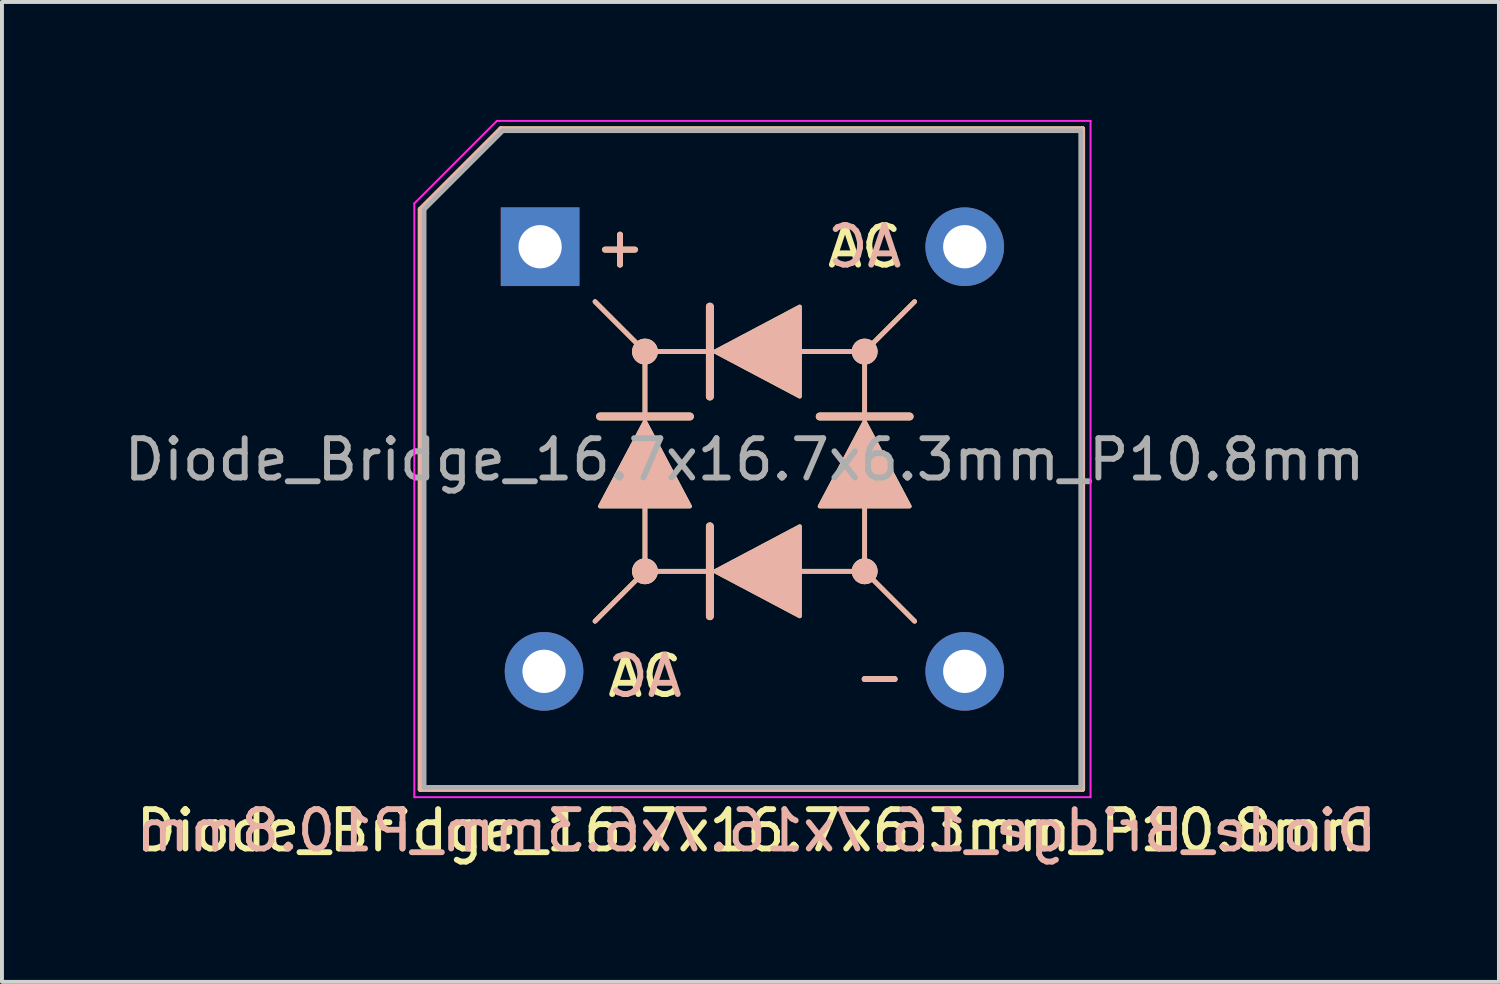
<source format=kicad_pcb>
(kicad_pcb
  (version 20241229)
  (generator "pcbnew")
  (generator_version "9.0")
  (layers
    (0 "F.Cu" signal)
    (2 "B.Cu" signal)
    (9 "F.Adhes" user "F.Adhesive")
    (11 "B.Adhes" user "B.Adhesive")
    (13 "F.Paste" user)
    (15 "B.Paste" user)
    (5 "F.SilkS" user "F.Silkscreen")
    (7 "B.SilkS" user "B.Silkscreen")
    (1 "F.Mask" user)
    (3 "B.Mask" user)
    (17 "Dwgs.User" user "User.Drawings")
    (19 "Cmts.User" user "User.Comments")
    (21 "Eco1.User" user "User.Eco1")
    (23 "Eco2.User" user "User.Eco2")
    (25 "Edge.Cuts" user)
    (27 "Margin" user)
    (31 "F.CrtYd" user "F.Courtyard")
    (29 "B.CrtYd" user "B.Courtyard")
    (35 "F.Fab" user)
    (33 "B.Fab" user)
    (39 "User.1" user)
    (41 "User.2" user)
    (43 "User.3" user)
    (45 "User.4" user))
  (footprint "Diode_Bridge_16.7x16.7x6.3mm_P10.8mm"
    (layer "F.Cu")
    (at 10.687 3.225)
    (property "Reference" "Diode_Bridge_16.7x16.7x6.3mm_P10.8mm" (at 5.5 14.85 180) (layer "F.SilkS") (effects (font (size 1 1) (thickness 0.15))))
    (fp_line (start -3.05 -0.95) (end -3.05 13.8) (stroke (width 0.12) (type solid)) (layer "F.SilkS"))
    (fp_line (start -3.05 13.8) (end 13.8 13.8) (stroke (width 0.12) (type solid)) (layer "F.SilkS"))
    (fp_line (start -1 -3) (end -3.05 -0.95) (stroke (width 0.12) (type solid)) (layer "F.SilkS"))
    (fp_line (start 1.397 1.397) (end 2.667 2.667) (stroke (width 0.12) (type solid)) (layer "F.SilkS"))
    (fp_line (start 1.397 9.525) (end 2.667 8.255) (stroke (width 0.12) (type solid)) (layer "F.SilkS"))
    (fp_line (start 2.667 4.318) (end 1.524 4.318) (stroke (width 0.2) (type solid)) (layer "F.SilkS"))
    (fp_line (start 2.667 4.318) (end 2.667 2.667) (stroke (width 0.12) (type solid)) (layer "F.SilkS"))
    (fp_line (start 2.667 8.255) (end 2.667 6.604) (stroke (width 0.12) (type solid)) (layer "F.SilkS"))
    (fp_line (start 3.81 4.318) (end 2.667 4.318) (stroke (width 0.2) (type solid)) (layer "F.SilkS"))
    (fp_line (start 4.318 1.524) (end 4.318 2.667) (stroke (width 0.2) (type solid)) (layer "F.SilkS"))
    (fp_line (start 4.318 2.667) (end 2.667 2.667) (stroke (width 0.12) (type solid)) (layer "F.SilkS"))
    (fp_line (start 4.318 2.667) (end 4.318 3.81) (stroke (width 0.2) (type solid)) (layer "F.SilkS"))
    (fp_line (start 4.318 7.112) (end 4.318 8.255) (stroke (width 0.2) (type solid)) (layer "F.SilkS"))
    (fp_line (start 4.318 8.255) (end 2.667 8.255) (stroke (width 0.12) (type solid)) (layer "F.SilkS"))
    (fp_line (start 4.318 8.255) (end 4.318 9.398) (stroke (width 0.2) (type solid)) (layer "F.SilkS"))
    (fp_line (start 8.255 2.667) (end 6.604 2.667) (stroke (width 0.12) (type solid)) (layer "F.SilkS"))
    (fp_line (start 8.255 4.318) (end 7.112 4.318) (stroke (width 0.2) (type solid)) (layer "F.SilkS"))
    (fp_line (start 8.255 4.318) (end 8.255 2.667) (stroke (width 0.12) (type solid)) (layer "F.SilkS"))
    (fp_line (start 8.255 8.255) (end 6.604 8.255) (stroke (width 0.12) (type solid)) (layer "F.SilkS"))
    (fp_line (start 8.255 8.255) (end 8.255 6.604) (stroke (width 0.12) (type solid)) (layer "F.SilkS"))
    (fp_line (start 9.398 4.318) (end 8.255 4.318) (stroke (width 0.2) (type solid)) (layer "F.SilkS"))
    (fp_line (start 9.525 1.397) (end 8.255 2.667) (stroke (width 0.12) (type solid)) (layer "F.SilkS"))
    (fp_line (start 9.525 9.525) (end 8.255 8.255) (stroke (width 0.12) (type solid)) (layer "F.SilkS"))
    (fp_line (start 13.8 -3) (end -1 -3) (stroke (width 0.12) (type solid)) (layer "F.SilkS"))
    (fp_line (start 13.8 13.8) (end 13.8 -3) (stroke (width 0.12) (type solid)) (layer "F.SilkS"))
    (fp_circle (center 2.667 2.667) (end 2.731 2.603) (stroke (width 0.12) (type solid)) (fill no) (layer "F.SilkS"))
    (fp_circle (center 2.667 2.667) (end 2.794 2.54) (stroke (width 0.12) (type solid)) (fill no) (layer "F.SilkS"))
    (fp_circle (center 2.667 2.667) (end 2.857 2.477) (stroke (width 0.12) (type solid)) (fill no) (layer "F.SilkS"))
    (fp_circle (center 2.667 8.255) (end 2.731 8.191) (stroke (width 0.12) (type solid)) (fill no) (layer "F.SilkS"))
    (fp_circle (center 2.667 8.255) (end 2.794 8.128) (stroke (width 0.12) (type solid)) (fill no) (layer "F.SilkS"))
    (fp_circle (center 2.667 8.255) (end 2.857 8.065) (stroke (width 0.12) (type solid)) (fill no) (layer "F.SilkS"))
    (fp_circle (center 8.255 2.667) (end 8.319 2.603) (stroke (width 0.12) (type solid)) (fill no) (layer "F.SilkS"))
    (fp_circle (center 8.255 2.667) (end 8.382 2.54) (stroke (width 0.12) (type solid)) (fill no) (layer "F.SilkS"))
    (fp_circle (center 8.255 2.667) (end 8.445 2.477) (stroke (width 0.12) (type solid)) (fill no) (layer "F.SilkS"))
    (fp_circle (center 8.255 8.255) (end 8.319 8.191) (stroke (width 0.12) (type solid)) (fill no) (layer "F.SilkS"))
    (fp_circle (center 8.255 8.255) (end 8.382 8.128) (stroke (width 0.12) (type solid)) (fill no) (layer "F.SilkS"))
    (fp_circle (center 8.255 8.255) (end 8.445 8.065) (stroke (width 0.12) (type solid)) (fill no) (layer "F.SilkS"))
    (fp_poly (pts (xy 3.81 6.604) (xy 1.524 6.604) (xy 2.667 4.445)) (stroke (width 0.1) (type solid)) (fill yes) (layer "F.SilkS"))
    (fp_poly (pts (xy 6.604 1.524) (xy 6.604 3.81) (xy 4.445 2.667)) (stroke (width 0.1) (type solid)) (fill yes) (layer "F.SilkS"))
    (fp_poly (pts (xy 6.604 7.112) (xy 6.604 9.398) (xy 4.445 8.255)) (stroke (width 0.1) (type solid)) (fill yes) (layer "F.SilkS"))
    (fp_poly (pts (xy 9.398 6.604) (xy 7.112 6.604) (xy 8.255 4.445)) (stroke (width 0.1) (type solid)) (fill yes) (layer "F.SilkS"))
    (fp_line (start -3.05 -0.95) (end -3.05 13.8) (stroke (width 0.12) (type solid)) (layer "B.SilkS"))
    (fp_line (start -3.05 13.8) (end 13.8 13.8) (stroke (width 0.12) (type solid)) (layer "B.SilkS"))
    (fp_line (start -1 -3) (end -3.05 -0.95) (stroke (width 0.12) (type solid)) (layer "B.SilkS"))
    (fp_line (start 1.397 1.397) (end 2.667 2.667) (stroke (width 0.12) (type solid)) (layer "B.SilkS"))
    (fp_line (start 1.397 9.525) (end 2.667 8.255) (stroke (width 0.12) (type solid)) (layer "B.SilkS"))
    (fp_line (start 2.667 4.318) (end 1.524 4.318) (stroke (width 0.2) (type solid)) (layer "B.SilkS"))
    (fp_line (start 2.667 4.318) (end 2.667 2.667) (stroke (width 0.12) (type solid)) (layer "B.SilkS"))
    (fp_line (start 2.667 8.255) (end 2.667 6.604) (stroke (width 0.12) (type solid)) (layer "B.SilkS"))
    (fp_line (start 3.81 4.318) (end 2.667 4.318) (stroke (width 0.2) (type solid)) (layer "B.SilkS"))
    (fp_line (start 4.318 1.524) (end 4.318 2.667) (stroke (width 0.2) (type solid)) (layer "B.SilkS"))
    (fp_line (start 4.318 2.667) (end 2.667 2.667) (stroke (width 0.12) (type solid)) (layer "B.SilkS"))
    (fp_line (start 4.318 2.667) (end 4.318 3.81) (stroke (width 0.2) (type solid)) (layer "B.SilkS"))
    (fp_line (start 4.318 7.112) (end 4.318 8.255) (stroke (width 0.2) (type solid)) (layer "B.SilkS"))
    (fp_line (start 4.318 8.255) (end 2.667 8.255) (stroke (width 0.12) (type solid)) (layer "B.SilkS"))
    (fp_line (start 4.318 8.255) (end 4.318 9.398) (stroke (width 0.2) (type solid)) (layer "B.SilkS"))
    (fp_line (start 8.255 2.667) (end 6.604 2.667) (stroke (width 0.12) (type solid)) (layer "B.SilkS"))
    (fp_line (start 8.255 4.318) (end 7.112 4.318) (stroke (width 0.2) (type solid)) (layer "B.SilkS"))
    (fp_line (start 8.255 4.318) (end 8.255 2.667) (stroke (width 0.12) (type solid)) (layer "B.SilkS"))
    (fp_line (start 8.255 8.255) (end 6.604 8.255) (stroke (width 0.12) (type solid)) (layer "B.SilkS"))
    (fp_line (start 8.255 8.255) (end 8.255 6.604) (stroke (width 0.12) (type solid)) (layer "B.SilkS"))
    (fp_line (start 9.398 4.318) (end 8.255 4.318) (stroke (width 0.2) (type solid)) (layer "B.SilkS"))
    (fp_line (start 9.525 1.397) (end 8.255 2.667) (stroke (width 0.12) (type solid)) (layer "B.SilkS"))
    (fp_line (start 9.525 9.525) (end 8.255 8.255) (stroke (width 0.12) (type solid)) (layer "B.SilkS"))
    (fp_line (start 13.8 -3) (end -1 -3) (stroke (width 0.12) (type solid)) (layer "B.SilkS"))
    (fp_line (start 13.8 13.8) (end 13.8 -3) (stroke (width 0.12) (type solid)) (layer "B.SilkS"))
    (fp_circle (center 2.667 2.667) (end 2.757 2.667) (stroke (width 0.12) (type solid)) (fill no) (layer "B.SilkS"))
    (fp_circle (center 2.667 2.667) (end 2.847 2.667) (stroke (width 0.12) (type solid)) (fill no) (layer "B.SilkS"))
    (fp_circle (center 2.667 2.667) (end 2.936 2.667) (stroke (width 0.12) (type solid)) (fill no) (layer "B.SilkS"))
    (fp_circle (center 2.667 8.255) (end 2.757 8.255) (stroke (width 0.12) (type solid)) (fill no) (layer "B.SilkS"))
    (fp_circle (center 2.667 8.255) (end 2.847 8.255) (stroke (width 0.12) (type solid)) (fill no) (layer "B.SilkS"))
    (fp_circle (center 2.667 8.255) (end 2.936 8.255) (stroke (width 0.12) (type solid)) (fill no) (layer "B.SilkS"))
    (fp_circle (center 8.255 2.667) (end 8.345 2.667) (stroke (width 0.12) (type solid)) (fill no) (layer "B.SilkS"))
    (fp_circle (center 8.255 2.667) (end 8.435 2.667) (stroke (width 0.12) (type solid)) (fill no) (layer "B.SilkS"))
    (fp_circle (center 8.255 2.667) (end 8.524 2.667) (stroke (width 0.12) (type solid)) (fill no) (layer "B.SilkS"))
    (fp_circle (center 8.255 8.255) (end 8.345 8.255) (stroke (width 0.12) (type solid)) (fill no) (layer "B.SilkS"))
    (fp_circle (center 8.255 8.255) (end 8.435 8.255) (stroke (width 0.12) (type solid)) (fill no) (layer "B.SilkS"))
    (fp_circle (center 8.255 8.255) (end 8.524 8.255) (stroke (width 0.12) (type solid)) (fill no) (layer "B.SilkS"))
    (fp_poly (pts (xy 3.81 6.604) (xy 1.524 6.604) (xy 2.667 4.445)) (stroke (width 0.1) (type solid)) (fill yes) (layer "B.SilkS"))
    (fp_poly (pts (xy 6.604 1.524) (xy 6.604 3.81) (xy 4.445 2.667)) (stroke (width 0.1) (type solid)) (fill yes) (layer "B.SilkS"))
    (fp_poly (pts (xy 6.604 7.112) (xy 6.604 9.398) (xy 4.445 8.255)) (stroke (width 0.1) (type solid)) (fill yes) (layer "B.SilkS"))
    (fp_poly (pts (xy 9.398 6.604) (xy 7.112 6.604) (xy 8.255 4.445)) (stroke (width 0.1) (type solid)) (fill yes) (layer "B.SilkS"))
    (fp_line (start -3.2 -1.1) (end -1.1 -3.2) (stroke (width 0.05) (type solid)) (layer "F.CrtYd"))
    (fp_line (start -3.2 14) (end -3.2 -1.1) (stroke (width 0.05) (type solid)) (layer "F.CrtYd"))
    (fp_line (start -1.1 -3.2) (end 14 -3.2) (stroke (width 0.05) (type solid)) (layer "F.CrtYd"))
    (fp_line (start 14 -3.2) (end 14 14) (stroke (width 0.05) (type solid)) (layer "F.CrtYd"))
    (fp_line (start 14 14) (end -3.2 14) (stroke (width 0.05) (type solid)) (layer "F.CrtYd"))
    (fp_line (start -2.95 -0.95) (end -0.95 -2.95) (stroke (width 0.12) (type solid)) (layer "F.Fab"))
    (fp_line (start -2.95 13.75) (end -2.95 -0.95) (stroke (width 0.12) (type solid)) (layer "F.Fab"))
    (fp_line (start -0.95 -2.95) (end 13.75 -2.95) (stroke (width 0.12) (type solid)) (layer "F.Fab"))
    (fp_line (start 13.75 -2.95) (end 13.75 13.75) (stroke (width 0.12) (type solid)) (layer "F.Fab"))
    (fp_line (start 13.75 13.75) (end -2.95 13.75) (stroke (width 0.12) (type solid)) (layer "F.Fab"))
    (fp_text user "-" (at 8.636 10.922 0) (layer "F.SilkS") (effects (font (size 1 1) (thickness 0.15))))
    (fp_text user "AC" (at 8.255 0 0) (layer "F.SilkS") (effects (font (size 1 1) (thickness 0.15))))
    (fp_text user "+" (at 2.032 0 0) (layer "F.SilkS") (effects (font (size 1 1) (thickness 0.15))))
    (fp_text user "AC" (at 2.667 10.922 0) (layer "F.SilkS") (effects (font (size 1 1) (thickness 0.15))))
    (fp_text user "${REFERENCE}" (at 5.5 14.85 0) (layer "B.SilkS") (effects (font (size 1 1) (thickness 0.15)) (justify mirror)))
    (fp_text user "AC" (at 8.255 0 0) (layer "B.SilkS") (effects (font (size 1 1) (thickness 0.15)) (justify mirror)))
    (fp_text user "+" (at 2.032 0 0) (layer "B.SilkS") (effects (font (size 1 1) (thickness 0.15)) (justify mirror)))
    (fp_text user "-" (at 8.636 10.922 0) (layer "B.SilkS") (effects (font (size 1 1) (thickness 0.15)) (justify mirror)))
    (fp_text user "AC" (at 2.667 10.922 0) (layer "B.SilkS") (effects (font (size 1 1) (thickness 0.15)) (justify mirror)))
    (fp_text user "${REFERENCE}" (at 5.2 5.415 180) (layer "F.Fab") (effects (font (size 1 1) (thickness 0.15))))
    (pad "1" thru_hole rect (at 0 0 180) (size 2 2) (drill 1.1) (layers "*.Cu" "*.Mask"))
    (pad "2" thru_hole circle (at 0.1 10.8 180) (size 2 2) (drill 1.1) (layers "*.Cu" "*.Mask"))
    (pad "3" thru_hole circle (at 10.8 10.8 180) (size 2 2) (drill 1.1) (layers "*.Cu" "*.Mask"))
    (pad "4" thru_hole circle (at 10.8 0 180) (size 2 2) (drill 1.1) (layers "*.Cu" "*.Mask")))
  (gr_rect
    (start -3 -3)
    (end 35.074 21.923)
    (stroke (width 0.1) (type default))
    (fill no)
    (layer "Edge.Cuts")))
</source>
